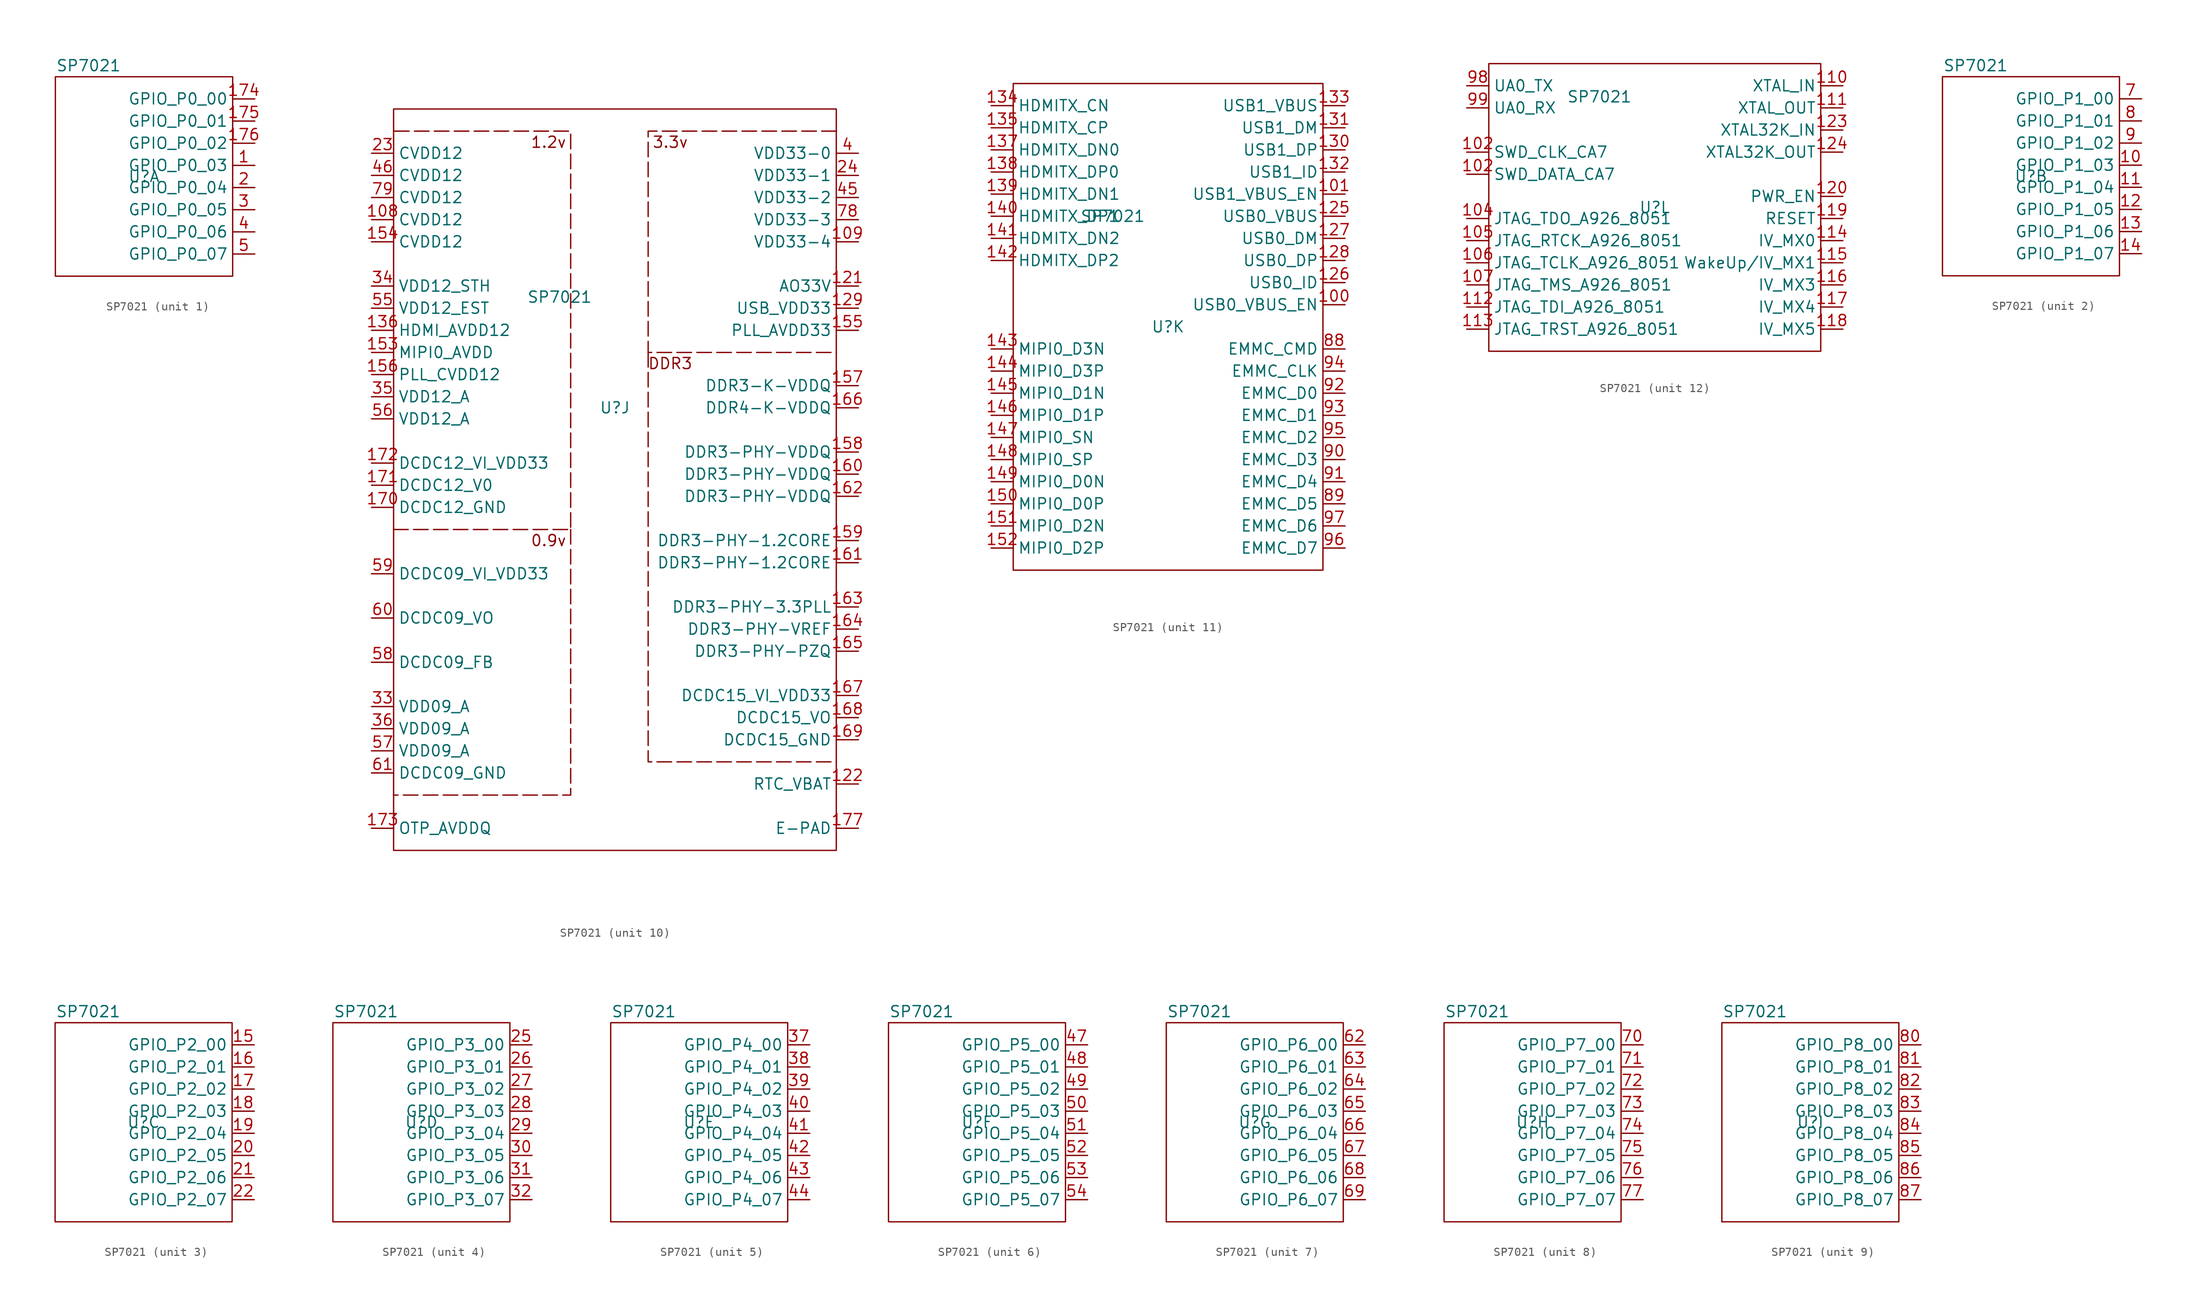
<source format=kicad_sym>
(kicad_symbol_lib
  (version 20231120)
  (generator "kicad_symbol_editor")
  (generator_version "8.0")
  (symbol "SP7021"
    (property "Reference" "U"
      (at 0 0 0)
      (effects (font (size 1.27 1.27))))
    (property "Value" "SP7021"
      (at -6.35 12.7 0)
      (effects (font (size 1.27 1.27))))
    (property "ki_locked" ""
      (at 0 0 0)
      (effects (font (size 1.27 1.27))))
    (symbol "SP7021_1_1"
      (rectangle (start 10.16 11.43) (end -10.16 -11.43) (stroke (width 0) (type default)) (fill (type none)))
      (pin input line (at 12.7 1.27 180) (length 2.54) (name "GPIO_P0_03" (effects (font (size 1.27 1.27)))) (number "1" (effects (font (size 1.27 1.27)))))
      (pin input line (at 12.7 8.89 180) (length 2.54) (name "GPIO_P0_00" (effects (font (size 1.27 1.27)))) (number "174" (effects (font (size 1.27 1.27)))))
      (pin input line (at 12.7 6.35 180) (length 2.54) (name "GPIO_P0_01" (effects (font (size 1.27 1.27)))) (number "175" (effects (font (size 1.27 1.27)))))
      (pin input line (at 12.7 3.81 180) (length 2.54) (name "GPIO_P0_02" (effects (font (size 1.27 1.27)))) (number "176" (effects (font (size 1.27 1.27)))))
      (pin input line (at 12.7 -1.27 180) (length 2.54) (name "GPIO_P0_04" (effects (font (size 1.27 1.27)))) (number "2" (effects (font (size 1.27 1.27)))))
      (pin input line (at 12.7 -3.81 180) (length 2.54) (name "GPIO_P0_05" (effects (font (size 1.27 1.27)))) (number "3" (effects (font (size 1.27 1.27)))))
      (pin input line (at 12.7 -6.35 180) (length 2.54) (name "GPIO_P0_06" (effects (font (size 1.27 1.27)))) (number "4" (effects (font (size 1.27 1.27)))))
      (pin input line (at 12.7 -8.89 180) (length 2.54) (name "GPIO_P0_07" (effects (font (size 1.27 1.27)))) (number "5" (effects (font (size 1.27 1.27))))))
    (symbol "SP7021_2_1"
      (rectangle (start 10.16 11.43) (end -10.16 -11.43) (stroke (width 0) (type default)) (fill (type none)))
      (pin input line (at 12.7 1.27 180) (length 2.54) (name "GPIO_P1_03" (effects (font (size 1.27 1.27)))) (number "10" (effects (font (size 1.27 1.27)))))
      (pin input line (at 12.7 -1.27 180) (length 2.54) (name "GPIO_P1_04" (effects (font (size 1.27 1.27)))) (number "11" (effects (font (size 1.27 1.27)))))
      (pin input line (at 12.7 -3.81 180) (length 2.54) (name "GPIO_P1_05" (effects (font (size 1.27 1.27)))) (number "12" (effects (font (size 1.27 1.27)))))
      (pin input line (at 12.7 -6.35 180) (length 2.54) (name "GPIO_P1_06" (effects (font (size 1.27 1.27)))) (number "13" (effects (font (size 1.27 1.27)))))
      (pin input line (at 12.7 -8.89 180) (length 2.54) (name "GPIO_P1_07" (effects (font (size 1.27 1.27)))) (number "14" (effects (font (size 1.27 1.27)))))
      (pin input line (at 12.7 8.89 180) (length 2.54) (name "GPIO_P1_00" (effects (font (size 1.27 1.27)))) (number "7" (effects (font (size 1.27 1.27)))))
      (pin input line (at 12.7 6.35 180) (length 2.54) (name "GPIO_P1_01" (effects (font (size 1.27 1.27)))) (number "8" (effects (font (size 1.27 1.27)))))
      (pin input line (at 12.7 3.81 180) (length 2.54) (name "GPIO_P1_02" (effects (font (size 1.27 1.27)))) (number "9" (effects (font (size 1.27 1.27))))))
    (symbol "SP7021_3_1"
      (rectangle (start 10.16 11.43) (end -10.16 -11.43) (stroke (width 0) (type default)) (fill (type none)))
      (pin input line (at 12.7 8.89 180) (length 2.54) (name "GPIO_P2_00" (effects (font (size 1.27 1.27)))) (number "15" (effects (font (size 1.27 1.27)))))
      (pin input line (at 12.7 6.35 180) (length 2.54) (name "GPIO_P2_01" (effects (font (size 1.27 1.27)))) (number "16" (effects (font (size 1.27 1.27)))))
      (pin input line (at 12.7 3.81 180) (length 2.54) (name "GPIO_P2_02" (effects (font (size 1.27 1.27)))) (number "17" (effects (font (size 1.27 1.27)))))
      (pin input line (at 12.7 1.27 180) (length 2.54) (name "GPIO_P2_03" (effects (font (size 1.27 1.27)))) (number "18" (effects (font (size 1.27 1.27)))))
      (pin input line (at 12.7 -1.27 180) (length 2.54) (name "GPIO_P2_04" (effects (font (size 1.27 1.27)))) (number "19" (effects (font (size 1.27 1.27)))))
      (pin input line (at 12.7 -3.81 180) (length 2.54) (name "GPIO_P2_05" (effects (font (size 1.27 1.27)))) (number "20" (effects (font (size 1.27 1.27)))))
      (pin input line (at 12.7 -6.35 180) (length 2.54) (name "GPIO_P2_06" (effects (font (size 1.27 1.27)))) (number "21" (effects (font (size 1.27 1.27)))))
      (pin input line (at 12.7 -8.89 180) (length 2.54) (name "GPIO_P2_07" (effects (font (size 1.27 1.27)))) (number "22" (effects (font (size 1.27 1.27))))))
    (symbol "SP7021_4_1"
      (rectangle (start 10.16 11.43) (end -10.16 -11.43) (stroke (width 0) (type default)) (fill (type none)))
      (pin input line (at 12.7 8.89 180) (length 2.54) (name "GPIO_P3_00" (effects (font (size 1.27 1.27)))) (number "25" (effects (font (size 1.27 1.27)))))
      (pin input line (at 12.7 6.35 180) (length 2.54) (name "GPIO_P3_01" (effects (font (size 1.27 1.27)))) (number "26" (effects (font (size 1.27 1.27)))))
      (pin input line (at 12.7 3.81 180) (length 2.54) (name "GPIO_P3_02" (effects (font (size 1.27 1.27)))) (number "27" (effects (font (size 1.27 1.27)))))
      (pin input line (at 12.7 1.27 180) (length 2.54) (name "GPIO_P3_03" (effects (font (size 1.27 1.27)))) (number "28" (effects (font (size 1.27 1.27)))))
      (pin input line (at 12.7 -1.27 180) (length 2.54) (name "GPIO_P3_04" (effects (font (size 1.27 1.27)))) (number "29" (effects (font (size 1.27 1.27)))))
      (pin input line (at 12.7 -3.81 180) (length 2.54) (name "GPIO_P3_05" (effects (font (size 1.27 1.27)))) (number "30" (effects (font (size 1.27 1.27)))))
      (pin input line (at 12.7 -6.35 180) (length 2.54) (name "GPIO_P3_06" (effects (font (size 1.27 1.27)))) (number "31" (effects (font (size 1.27 1.27)))))
      (pin input line (at 12.7 -8.89 180) (length 2.54) (name "GPIO_P3_07" (effects (font (size 1.27 1.27)))) (number "32" (effects (font (size 1.27 1.27))))))
    (symbol "SP7021_5_1"
      (rectangle (start 10.16 11.43) (end -10.16 -11.43) (stroke (width 0) (type default)) (fill (type none)))
      (pin input line (at 12.7 8.89 180) (length 2.54) (name "GPIO_P4_00" (effects (font (size 1.27 1.27)))) (number "37" (effects (font (size 1.27 1.27)))))
      (pin input line (at 12.7 6.35 180) (length 2.54) (name "GPIO_P4_01" (effects (font (size 1.27 1.27)))) (number "38" (effects (font (size 1.27 1.27)))))
      (pin input line (at 12.7 3.81 180) (length 2.54) (name "GPIO_P4_02" (effects (font (size 1.27 1.27)))) (number "39" (effects (font (size 1.27 1.27)))))
      (pin input line (at 12.7 1.27 180) (length 2.54) (name "GPIO_P4_03" (effects (font (size 1.27 1.27)))) (number "40" (effects (font (size 1.27 1.27)))))
      (pin input line (at 12.7 -1.27 180) (length 2.54) (name "GPIO_P4_04" (effects (font (size 1.27 1.27)))) (number "41" (effects (font (size 1.27 1.27)))))
      (pin input line (at 12.7 -3.81 180) (length 2.54) (name "GPIO_P4_05" (effects (font (size 1.27 1.27)))) (number "42" (effects (font (size 1.27 1.27)))))
      (pin input line (at 12.7 -6.35 180) (length 2.54) (name "GPIO_P4_06" (effects (font (size 1.27 1.27)))) (number "43" (effects (font (size 1.27 1.27)))))
      (pin input line (at 12.7 -8.89 180) (length 2.54) (name "GPIO_P4_07" (effects (font (size 1.27 1.27)))) (number "44" (effects (font (size 1.27 1.27))))))
    (symbol "SP7021_6_1"
      (rectangle (start 10.16 11.43) (end -10.16 -11.43) (stroke (width 0) (type default)) (fill (type none)))
      (pin input line (at 12.7 8.89 180) (length 2.54) (name "GPIO_P5_00" (effects (font (size 1.27 1.27)))) (number "47" (effects (font (size 1.27 1.27)))))
      (pin input line (at 12.7 6.35 180) (length 2.54) (name "GPIO_P5_01" (effects (font (size 1.27 1.27)))) (number "48" (effects (font (size 1.27 1.27)))))
      (pin input line (at 12.7 3.81 180) (length 2.54) (name "GPIO_P5_02" (effects (font (size 1.27 1.27)))) (number "49" (effects (font (size 1.27 1.27)))))
      (pin input line (at 12.7 1.27 180) (length 2.54) (name "GPIO_P5_03" (effects (font (size 1.27 1.27)))) (number "50" (effects (font (size 1.27 1.27)))))
      (pin input line (at 12.7 -1.27 180) (length 2.54) (name "GPIO_P5_04" (effects (font (size 1.27 1.27)))) (number "51" (effects (font (size 1.27 1.27)))))
      (pin input line (at 12.7 -3.81 180) (length 2.54) (name "GPIO_P5_05" (effects (font (size 1.27 1.27)))) (number "52" (effects (font (size 1.27 1.27)))))
      (pin input line (at 12.7 -6.35 180) (length 2.54) (name "GPIO_P5_06" (effects (font (size 1.27 1.27)))) (number "53" (effects (font (size 1.27 1.27)))))
      (pin input line (at 12.7 -8.89 180) (length 2.54) (name "GPIO_P5_07" (effects (font (size 1.27 1.27)))) (number "54" (effects (font (size 1.27 1.27))))))
    (symbol "SP7021_7_1"
      (rectangle (start 10.16 11.43) (end -10.16 -11.43) (stroke (width 0) (type default)) (fill (type none)))
      (pin input line (at 12.7 8.89 180) (length 2.54) (name "GPIO_P6_00" (effects (font (size 1.27 1.27)))) (number "62" (effects (font (size 1.27 1.27)))))
      (pin input line (at 12.7 6.35 180) (length 2.54) (name "GPIO_P6_01" (effects (font (size 1.27 1.27)))) (number "63" (effects (font (size 1.27 1.27)))))
      (pin input line (at 12.7 3.81 180) (length 2.54) (name "GPIO_P6_02" (effects (font (size 1.27 1.27)))) (number "64" (effects (font (size 1.27 1.27)))))
      (pin input line (at 12.7 1.27 180) (length 2.54) (name "GPIO_P6_03" (effects (font (size 1.27 1.27)))) (number "65" (effects (font (size 1.27 1.27)))))
      (pin input line (at 12.7 -1.27 180) (length 2.54) (name "GPIO_P6_04" (effects (font (size 1.27 1.27)))) (number "66" (effects (font (size 1.27 1.27)))))
      (pin input line (at 12.7 -3.81 180) (length 2.54) (name "GPIO_P6_05" (effects (font (size 1.27 1.27)))) (number "67" (effects (font (size 1.27 1.27)))))
      (pin input line (at 12.7 -6.35 180) (length 2.54) (name "GPIO_P6_06" (effects (font (size 1.27 1.27)))) (number "68" (effects (font (size 1.27 1.27)))))
      (pin input line (at 12.7 -8.89 180) (length 2.54) (name "GPIO_P6_07" (effects (font (size 1.27 1.27)))) (number "69" (effects (font (size 1.27 1.27))))))
    (symbol "SP7021_8_1"
      (rectangle (start -10.16 11.43) (end 10.16 -11.43) (stroke (width 0) (type default)) (fill (type none)))
      (pin input line (at 12.7 8.89 180) (length 2.54) (name "GPIO_P7_00" (effects (font (size 1.27 1.27)))) (number "70" (effects (font (size 1.27 1.27)))))
      (pin input line (at 12.7 6.35 180) (length 2.54) (name "GPIO_P7_01" (effects (font (size 1.27 1.27)))) (number "71" (effects (font (size 1.27 1.27)))))
      (pin input line (at 12.7 3.81 180) (length 2.54) (name "GPIO_P7_02" (effects (font (size 1.27 1.27)))) (number "72" (effects (font (size 1.27 1.27)))))
      (pin input line (at 12.7 1.27 180) (length 2.54) (name "GPIO_P7_03" (effects (font (size 1.27 1.27)))) (number "73" (effects (font (size 1.27 1.27)))))
      (pin input line (at 12.7 -1.27 180) (length 2.54) (name "GPIO_P7_04" (effects (font (size 1.27 1.27)))) (number "74" (effects (font (size 1.27 1.27)))))
      (pin input line (at 12.7 -3.81 180) (length 2.54) (name "GPIO_P7_05" (effects (font (size 1.27 1.27)))) (number "75" (effects (font (size 1.27 1.27)))))
      (pin input line (at 12.7 -6.35 180) (length 2.54) (name "GPIO_P7_06" (effects (font (size 1.27 1.27)))) (number "76" (effects (font (size 1.27 1.27)))))
      (pin input line (at 12.7 -8.89 180) (length 2.54) (name "GPIO_P7_07" (effects (font (size 1.27 1.27)))) (number "77" (effects (font (size 1.27 1.27))))))
    (symbol "SP7021_9_1"
      (rectangle (start 10.16 11.43) (end -10.16 -11.43) (stroke (width 0) (type default)) (fill (type none)))
      (pin bidirectional line (at 12.7 8.89 180) (length 2.54) (name "GPIO_P8_00" (effects (font (size 1.27 1.27)))) (number "80" (effects (font (size 1.27 1.27)))))
      (pin bidirectional line (at 12.7 6.35 180) (length 2.54) (name "GPIO_P8_01" (effects (font (size 1.27 1.27)))) (number "81" (effects (font (size 1.27 1.27)))))
      (pin bidirectional line (at 12.7 3.81 180) (length 2.54) (name "GPIO_P8_02" (effects (font (size 1.27 1.27)))) (number "82" (effects (font (size 1.27 1.27)))))
      (pin bidirectional line (at 12.7 1.27 180) (length 2.54) (name "GPIO_P8_03" (effects (font (size 1.27 1.27)))) (number "83" (effects (font (size 1.27 1.27)))))
      (pin bidirectional line (at 12.7 -1.27 180) (length 2.54) (name "GPIO_P8_04" (effects (font (size 1.27 1.27)))) (number "84" (effects (font (size 1.27 1.27)))))
      (pin bidirectional line (at 12.7 -3.81 180) (length 2.54) (name "GPIO_P8_05" (effects (font (size 1.27 1.27)))) (number "85" (effects (font (size 1.27 1.27)))))
      (pin bidirectional line (at 12.7 -6.35 180) (length 2.54) (name "GPIO_P8_06" (effects (font (size 1.27 1.27)))) (number "86" (effects (font (size 1.27 1.27)))))
      (pin bidirectional line (at 12.7 -8.89 180) (length 2.54) (name "GPIO_P8_07" (effects (font (size 1.27 1.27)))) (number "87" (effects (font (size 1.27 1.27))))))
    (symbol "SP7021_10_1"
      (rectangle (start -25.4 34.29) (end 25.4 -50.8) (stroke (width 0) (type default)) (fill (type none)))
      (polyline (pts (xy -5.08 -13.97) (xy -5.08 -44.45) (xy -25.4 -44.45)) (stroke (width 0) (type dash)) (fill (type none)))
      (polyline (pts (xy 3.81 6.35) (xy 3.81 -40.64) (xy 25.4 -40.64)) (stroke (width 0) (type dash)) (fill (type none)))
      (polyline (pts (xy -25.4 -13.97) (xy -5.08 -13.97) (xy -5.08 31.75) (xy -25.4 31.75)) (stroke (width 0) (type dash)) (fill (type none)))
      (polyline (pts (xy 25.4 31.75) (xy 3.81 31.75) (xy 3.81 6.35) (xy 25.4 6.35)) (stroke (width 0) (type dash)) (fill (type none)))
      (text "0.9v" (at -7.62 -15.24 0) (effects (font (size 1.27 1.27))))
      (text "1.2v" (at -7.62 30.48 0) (effects (font (size 1.27 1.27))))
      (text "3.3v" (at 6.35 30.48 0) (effects (font (size 1.27 1.27))))
      (text "DDR3" (at 6.35 5.08 0) (effects (font (size 1.27 1.27))))
      (pin input line (at -27.94 21.59 0) (length 2.54) (name "CVDD12" (effects (font (size 1.27 1.27)))) (number "108" (effects (font (size 1.27 1.27)))))
      (pin input line (at 27.94 19.05 180) (length 2.54) (name "VDD33-4" (effects (font (size 1.27 1.27)))) (number "109" (effects (font (size 1.27 1.27)))))
      (pin input line (at 27.94 13.97 180) (length 2.54) (name "AO33V" (effects (font (size 1.27 1.27)))) (number "121" (effects (font (size 1.27 1.27)))))
      (pin input line (at 27.94 -43.18 180) (length 2.54) (name "RTC_VBAT" (effects (font (size 1.27 1.27)))) (number "122" (effects (font (size 1.27 1.27)))))
      (pin input line (at 27.94 11.43 180) (length 2.54) (name "USB_VDD33" (effects (font (size 1.27 1.27)))) (number "129" (effects (font (size 1.27 1.27)))))
      (pin input line (at -27.94 8.89 0) (length 2.54) (name "HDMI_AVDD12" (effects (font (size 1.27 1.27)))) (number "136" (effects (font (size 1.27 1.27)))))
      (pin input line (at -27.94 6.35 0) (length 2.54) (name "MIPI0_AVDD" (effects (font (size 1.27 1.27)))) (number "153" (effects (font (size 1.27 1.27)))))
      (pin input line (at -27.94 19.05 0) (length 2.54) (name "CVDD12" (effects (font (size 1.27 1.27)))) (number "154" (effects (font (size 1.27 1.27)))))
      (pin input line (at 27.94 8.89 180) (length 2.54) (name "PLL_AVDD33" (effects (font (size 1.27 1.27)))) (number "155" (effects (font (size 1.27 1.27)))))
      (pin input line (at -27.94 3.81 0) (length 2.54) (name "PLL_CVDD12" (effects (font (size 1.27 1.27)))) (number "156" (effects (font (size 1.27 1.27)))))
      (pin input line (at 27.94 2.54 180) (length 2.54) (name "DDR3-K-VDDQ" (effects (font (size 1.27 1.27)))) (number "157" (effects (font (size 1.27 1.27)))))
      (pin input line (at 27.94 -5.08 180) (length 2.54) (name "DDR3-PHY-VDDQ" (effects (font (size 1.27 1.27)))) (number "158" (effects (font (size 1.27 1.27)))))
      (pin input line (at 27.94 -15.24 180) (length 2.54) (name "DDR3-PHY-1.2CORE" (effects (font (size 1.27 1.27)))) (number "159" (effects (font (size 1.27 1.27)))))
      (pin input line (at 27.94 -7.62 180) (length 2.54) (name "DDR3-PHY-VDDQ" (effects (font (size 1.27 1.27)))) (number "160" (effects (font (size 1.27 1.27)))))
      (pin input line (at 27.94 -17.78 180) (length 2.54) (name "DDR3-PHY-1.2CORE" (effects (font (size 1.27 1.27)))) (number "161" (effects (font (size 1.27 1.27)))))
      (pin input line (at 27.94 -10.16 180) (length 2.54) (name "DDR3-PHY-VDDQ" (effects (font (size 1.27 1.27)))) (number "162" (effects (font (size 1.27 1.27)))))
      (pin input line (at 27.94 -22.86 180) (length 2.54) (name "DDR3-PHY-3.3PLL" (effects (font (size 1.27 1.27)))) (number "163" (effects (font (size 1.27 1.27)))))
      (pin input line (at 27.94 -25.4 180) (length 2.54) (name "DDR3-PHY-VREF" (effects (font (size 1.27 1.27)))) (number "164" (effects (font (size 1.27 1.27)))))
      (pin input line (at 27.94 -27.94 180) (length 2.54) (name "DDR3-PHY-PZQ" (effects (font (size 1.27 1.27)))) (number "165" (effects (font (size 1.27 1.27)))))
      (pin input line (at 27.94 0 180) (length 2.54) (name "DDR4-K-VDDQ" (effects (font (size 1.27 1.27)))) (number "166" (effects (font (size 1.27 1.27)))))
      (pin input line (at 27.94 -33.02 180) (length 2.54) (name "DCDC15_VI_VDD33" (effects (font (size 1.27 1.27)))) (number "167" (effects (font (size 1.27 1.27)))))
      (pin input line (at 27.94 -35.56 180) (length 2.54) (name "DCDC15_VO" (effects (font (size 1.27 1.27)))) (number "168" (effects (font (size 1.27 1.27)))))
      (pin input line (at 27.94 -38.1 180) (length 2.54) (name "DCDC15_GND" (effects (font (size 1.27 1.27)))) (number "169" (effects (font (size 1.27 1.27)))))
      (pin input line (at -27.94 -11.43 0) (length 2.54) (name "DCDC12_GND" (effects (font (size 1.27 1.27)))) (number "170" (effects (font (size 1.27 1.27)))))
      (pin input line (at -27.94 -8.89 0) (length 2.54) (name "DCDC12_V0" (effects (font (size 1.27 1.27)))) (number "171" (effects (font (size 1.27 1.27)))))
      (pin input line (at -27.94 -6.35 0) (length 2.54) (name "DCDC12_VI_VDD33" (effects (font (size 1.27 1.27)))) (number "172" (effects (font (size 1.27 1.27)))))
      (pin input line (at -27.94 -48.26 0) (length 2.54) (name "OTP_AVDDQ" (effects (font (size 1.27 1.27)))) (number "173" (effects (font (size 1.27 1.27)))))
      (pin input line (at 27.94 -48.26 180) (length 2.54) (name "E-PAD" (effects (font (size 1.27 1.27)))) (number "177" (effects (font (size 1.27 1.27)))))
      (pin input line (at -27.94 29.21 0) (length 2.54) (name "CVDD12" (effects (font (size 1.27 1.27)))) (number "23" (effects (font (size 1.27 1.27)))))
      (pin input line (at 27.94 26.67 180) (length 2.54) (name "VDD33-1" (effects (font (size 1.27 1.27)))) (number "24" (effects (font (size 1.27 1.27)))))
      (pin input line (at -27.94 -34.29 0) (length 2.54) (name "VDD09_A" (effects (font (size 1.27 1.27)))) (number "33" (effects (font (size 1.27 1.27)))))
      (pin input line (at -27.94 13.97 0) (length 2.54) (name "VDD12_STH" (effects (font (size 1.27 1.27)))) (number "34" (effects (font (size 1.27 1.27)))))
      (pin input line (at -27.94 1.27 0) (length 2.54) (name "VDD12_A" (effects (font (size 1.27 1.27)))) (number "35" (effects (font (size 1.27 1.27)))))
      (pin input line (at -27.94 -36.83 0) (length 2.54) (name "VDD09_A" (effects (font (size 1.27 1.27)))) (number "36" (effects (font (size 1.27 1.27)))))
      (pin input line (at 27.94 29.21 180) (length 2.54) (name "VDD33-0" (effects (font (size 1.27 1.27)))) (number "4" (effects (font (size 1.27 1.27)))))
      (pin input line (at 27.94 24.13 180) (length 2.54) (name "VDD33-2" (effects (font (size 1.27 1.27)))) (number "45" (effects (font (size 1.27 1.27)))))
      (pin input line (at -27.94 26.67 0) (length 2.54) (name "CVDD12" (effects (font (size 1.27 1.27)))) (number "46" (effects (font (size 1.27 1.27)))))
      (pin input line (at -27.94 11.43 0) (length 2.54) (name "VDD12_EST" (effects (font (size 1.27 1.27)))) (number "55" (effects (font (size 1.27 1.27)))))
      (pin input line (at -27.94 -1.27 0) (length 2.54) (name "VDD12_A" (effects (font (size 1.27 1.27)))) (number "56" (effects (font (size 1.27 1.27)))))
      (pin input line (at -27.94 -39.37 0) (length 2.54) (name "VDD09_A" (effects (font (size 1.27 1.27)))) (number "57" (effects (font (size 1.27 1.27)))))
      (pin input line (at -27.94 -29.21 0) (length 2.54) (name "DCDC09_FB" (effects (font (size 1.27 1.27)))) (number "58" (effects (font (size 1.27 1.27)))))
      (pin input line (at -27.94 -19.05 0) (length 2.54) (name "DCDC09_VI_VDD33" (effects (font (size 1.27 1.27)))) (number "59" (effects (font (size 1.27 1.27)))))
      (pin input line (at -27.94 -24.13 0) (length 2.54) (name "DCDC09_VO" (effects (font (size 1.27 1.27)))) (number "60" (effects (font (size 1.27 1.27)))))
      (pin input line (at -27.94 -41.91 0) (length 2.54) (name "DCDC09_GND" (effects (font (size 1.27 1.27)))) (number "61" (effects (font (size 1.27 1.27)))))
      (pin input line (at 27.94 21.59 180) (length 2.54) (name "VDD33-3" (effects (font (size 1.27 1.27)))) (number "78" (effects (font (size 1.27 1.27)))))
      (pin input line (at -27.94 24.13 0) (length 2.54) (name "CVDD12" (effects (font (size 1.27 1.27)))) (number "79" (effects (font (size 1.27 1.27))))))
    (symbol "SP7021_11_1"
      (rectangle (start -17.78 27.94) (end 17.78 -27.94) (stroke (width 0) (type default)) (fill (type none)))
      (pin output line (at 20.32 2.54 180) (length 2.54) (name "USB0_VBUS_EN" (effects (font (size 1.27 1.27)))) (number "100" (effects (font (size 1.27 1.27)))))
      (pin output line (at 20.32 15.24 180) (length 2.54) (name "USB1_VBUS_EN" (effects (font (size 1.27 1.27)))) (number "101" (effects (font (size 1.27 1.27)))))
      (pin output line (at 20.32 12.7 180) (length 2.54) (name "USB0_VBUS" (effects (font (size 1.27 1.27)))) (number "125" (effects (font (size 1.27 1.27)))))
      (pin bidirectional line (at 20.32 5.08 180) (length 2.54) (name "USB0_ID" (effects (font (size 1.27 1.27)))) (number "126" (effects (font (size 1.27 1.27)))))
      (pin bidirectional line (at 20.32 10.16 180) (length 2.54) (name "USB0_DM" (effects (font (size 1.27 1.27)))) (number "127" (effects (font (size 1.27 1.27)))))
      (pin bidirectional line (at 20.32 7.62 180) (length 2.54) (name "USB0_DP" (effects (font (size 1.27 1.27)))) (number "128" (effects (font (size 1.27 1.27)))))
      (pin bidirectional line (at 20.32 20.32 180) (length 2.54) (name "USB1_DP" (effects (font (size 1.27 1.27)))) (number "130" (effects (font (size 1.27 1.27)))))
      (pin bidirectional line (at 20.32 22.86 180) (length 2.54) (name "USB1_DM" (effects (font (size 1.27 1.27)))) (number "131" (effects (font (size 1.27 1.27)))))
      (pin bidirectional line (at 20.32 17.78 180) (length 2.54) (name "USB1_ID" (effects (font (size 1.27 1.27)))) (number "132" (effects (font (size 1.27 1.27)))))
      (pin output line (at 20.32 25.4 180) (length 2.54) (name "USB1_VBUS" (effects (font (size 1.27 1.27)))) (number "133" (effects (font (size 1.27 1.27)))))
      (pin input line (at -20.32 25.4 0) (length 2.54) (name "HDMITX_CN" (effects (font (size 1.27 1.27)))) (number "134" (effects (font (size 1.27 1.27)))))
      (pin input line (at -20.32 22.86 0) (length 2.54) (name "HDMITX_CP" (effects (font (size 1.27 1.27)))) (number "135" (effects (font (size 1.27 1.27)))))
      (pin input line (at -20.32 20.32 0) (length 2.54) (name "HDMITX_DN0" (effects (font (size 1.27 1.27)))) (number "137" (effects (font (size 1.27 1.27)))))
      (pin input line (at -20.32 17.78 0) (length 2.54) (name "HDMITX_DP0" (effects (font (size 1.27 1.27)))) (number "138" (effects (font (size 1.27 1.27)))))
      (pin input line (at -20.32 15.24 0) (length 2.54) (name "HDMITX_DN1" (effects (font (size 1.27 1.27)))) (number "139" (effects (font (size 1.27 1.27)))))
      (pin input line (at -20.32 12.7 0) (length 2.54) (name "HDMITX_DP1" (effects (font (size 1.27 1.27)))) (number "140" (effects (font (size 1.27 1.27)))))
      (pin input line (at -20.32 10.16 0) (length 2.54) (name "HDMITX_DN2" (effects (font (size 1.27 1.27)))) (number "141" (effects (font (size 1.27 1.27)))))
      (pin input line (at -20.32 7.62 0) (length 2.54) (name "HDMITX_DP2" (effects (font (size 1.27 1.27)))) (number "142" (effects (font (size 1.27 1.27)))))
      (pin input line (at -20.32 -2.54 0) (length 2.54) (name "MIPI0_D3N" (effects (font (size 1.27 1.27)))) (number "143" (effects (font (size 1.27 1.27)))))
      (pin input line (at -20.32 -5.08 0) (length 2.54) (name "MIPI0_D3P" (effects (font (size 1.27 1.27)))) (number "144" (effects (font (size 1.27 1.27)))))
      (pin input line (at -20.32 -7.62 0) (length 2.54) (name "MIPI0_D1N" (effects (font (size 1.27 1.27)))) (number "145" (effects (font (size 1.27 1.27)))))
      (pin input line (at -20.32 -10.16 0) (length 2.54) (name "MIPI0_D1P" (effects (font (size 1.27 1.27)))) (number "146" (effects (font (size 1.27 1.27)))))
      (pin input line (at -20.32 -12.7 0) (length 2.54) (name "MIPI0_SN" (effects (font (size 1.27 1.27)))) (number "147" (effects (font (size 1.27 1.27)))))
      (pin input line (at -20.32 -15.24 0) (length 2.54) (name "MIPI0_SP" (effects (font (size 1.27 1.27)))) (number "148" (effects (font (size 1.27 1.27)))))
      (pin input line (at -20.32 -17.78 0) (length 2.54) (name "MIPI0_D0N" (effects (font (size 1.27 1.27)))) (number "149" (effects (font (size 1.27 1.27)))))
      (pin input line (at -20.32 -20.32 0) (length 2.54) (name "MIPI0_D0P" (effects (font (size 1.27 1.27)))) (number "150" (effects (font (size 1.27 1.27)))))
      (pin input line (at -20.32 -22.86 0) (length 2.54) (name "MIPI0_D2N" (effects (font (size 1.27 1.27)))) (number "151" (effects (font (size 1.27 1.27)))))
      (pin input line (at -20.32 -25.4 0) (length 2.54) (name "MIPI0_D2P" (effects (font (size 1.27 1.27)))) (number "152" (effects (font (size 1.27 1.27)))))
      (pin bidirectional line (at 20.32 -2.54 180) (length 2.54) (name "EMMC_CMD" (effects (font (size 1.27 1.27)))) (number "88" (effects (font (size 1.27 1.27)))))
      (pin bidirectional line (at 20.32 -20.32 180) (length 2.54) (name "EMMC_D5" (effects (font (size 1.27 1.27)))) (number "89" (effects (font (size 1.27 1.27)))))
      (pin bidirectional line (at 20.32 -15.24 180) (length 2.54) (name "EMMC_D3" (effects (font (size 1.27 1.27)))) (number "90" (effects (font (size 1.27 1.27)))))
      (pin bidirectional line (at 20.32 -17.78 180) (length 2.54) (name "EMMC_D4" (effects (font (size 1.27 1.27)))) (number "91" (effects (font (size 1.27 1.27)))))
      (pin bidirectional line (at 20.32 -7.62 180) (length 2.54) (name "EMMC_D0" (effects (font (size 1.27 1.27)))) (number "92" (effects (font (size 1.27 1.27)))))
      (pin bidirectional line (at 20.32 -10.16 180) (length 2.54) (name "EMMC_D1" (effects (font (size 1.27 1.27)))) (number "93" (effects (font (size 1.27 1.27)))))
      (pin bidirectional line (at 20.32 -5.08 180) (length 2.54) (name "EMMC_CLK" (effects (font (size 1.27 1.27)))) (number "94" (effects (font (size 1.27 1.27)))))
      (pin bidirectional line (at 20.32 -12.7 180) (length 2.54) (name "EMMC_D2" (effects (font (size 1.27 1.27)))) (number "95" (effects (font (size 1.27 1.27)))))
      (pin bidirectional line (at 20.32 -25.4 180) (length 2.54) (name "EMMC_D7" (effects (font (size 1.27 1.27)))) (number "96" (effects (font (size 1.27 1.27)))))
      (pin bidirectional line (at 20.32 -22.86 180) (length 2.54) (name "EMMC_D6" (effects (font (size 1.27 1.27)))) (number "97" (effects (font (size 1.27 1.27))))))
    (symbol "SP7021_12_1"
      (rectangle (start -19.05 16.51) (end 19.05 -16.51) (stroke (width 0) (type default)) (fill (type none)))
      (pin input line (at -21.59 6.35 0) (length 2.54) (name "SWD_CLK_CA7" (effects (font (size 1.27 1.27)))) (number "102" (effects (font (size 1.27 1.27)))))
      (pin input line (at -21.59 3.81 0) (length 2.54) (name "SWD_DATA_CA7" (effects (font (size 1.27 1.27)))) (number "102" (effects (font (size 1.27 1.27)))))
      (pin input line (at -21.59 -1.27 0) (length 2.54) (name "JTAG_TDO_A926_8051" (effects (font (size 1.27 1.27)))) (number "104" (effects (font (size 1.27 1.27)))))
      (pin input line (at -21.59 -3.81 0) (length 2.54) (name "JTAG_RTCK_A926_8051" (effects (font (size 1.27 1.27)))) (number "105" (effects (font (size 1.27 1.27)))))
      (pin input line (at -21.59 -6.35 0) (length 2.54) (name "JTAG_TCLK_A926_8051" (effects (font (size 1.27 1.27)))) (number "106" (effects (font (size 1.27 1.27)))))
      (pin input line (at -21.59 -8.89 0) (length 2.54) (name "JTAG_TMS_A926_8051" (effects (font (size 1.27 1.27)))) (number "107" (effects (font (size 1.27 1.27)))))
      (pin input line (at 21.59 13.97 180) (length 2.54) (name "XTAL_IN" (effects (font (size 1.27 1.27)))) (number "110" (effects (font (size 1.27 1.27)))))
      (pin input line (at 21.59 11.43 180) (length 2.54) (name "XTAL_OUT" (effects (font (size 1.27 1.27)))) (number "111" (effects (font (size 1.27 1.27)))))
      (pin input line (at -21.59 -11.43 0) (length 2.54) (name "JTAG_TDI_A926_8051" (effects (font (size 1.27 1.27)))) (number "112" (effects (font (size 1.27 1.27)))))
      (pin input line (at -21.59 -13.97 0) (length 2.54) (name "JTAG_TRST_A926_8051" (effects (font (size 1.27 1.27)))) (number "113" (effects (font (size 1.27 1.27)))))
      (pin input line (at 21.59 -3.81 180) (length 2.54) (name "IV_MX0" (effects (font (size 1.27 1.27)))) (number "114" (effects (font (size 1.27 1.27)))))
      (pin input line (at 21.59 -6.35 180) (length 2.54) (name "WakeUp/IV_MX1" (effects (font (size 1.27 1.27)))) (number "115" (effects (font (size 1.27 1.27)))))
      (pin input line (at 21.59 -8.89 180) (length 2.54) (name "IV_MX3" (effects (font (size 1.27 1.27)))) (number "116" (effects (font (size 1.27 1.27)))))
      (pin input line (at 21.59 -11.43 180) (length 2.54) (name "IV_MX4" (effects (font (size 1.27 1.27)))) (number "117" (effects (font (size 1.27 1.27)))))
      (pin input line (at 21.59 -13.97 180) (length 2.54) (name "IV_MX5" (effects (font (size 1.27 1.27)))) (number "118" (effects (font (size 1.27 1.27)))))
      (pin input line (at 21.59 -1.27 180) (length 2.54) (name "RESET" (effects (font (size 1.27 1.27)))) (number "119" (effects (font (size 1.27 1.27)))))
      (pin input line (at 21.59 1.27 180) (length 2.54) (name "PWR_EN" (effects (font (size 1.27 1.27)))) (number "120" (effects (font (size 1.27 1.27)))))
      (pin input line (at 21.59 8.89 180) (length 2.54) (name "XTAL32K_IN" (effects (font (size 1.27 1.27)))) (number "123" (effects (font (size 1.27 1.27)))))
      (pin input line (at 21.59 6.35 180) (length 2.54) (name "XTAL32K_OUT" (effects (font (size 1.27 1.27)))) (number "124" (effects (font (size 1.27 1.27)))))
      (pin input line (at -21.59 13.97 0) (length 2.54) (name "UA0_TX" (effects (font (size 1.27 1.27)))) (number "98" (effects (font (size 1.27 1.27)))))
      (pin input line (at -21.59 11.43 0) (length 2.54) (name "UA0_RX" (effects (font (size 1.27 1.27)))) (number "99" (effects (font (size 1.27 1.27))))))))
</source>
